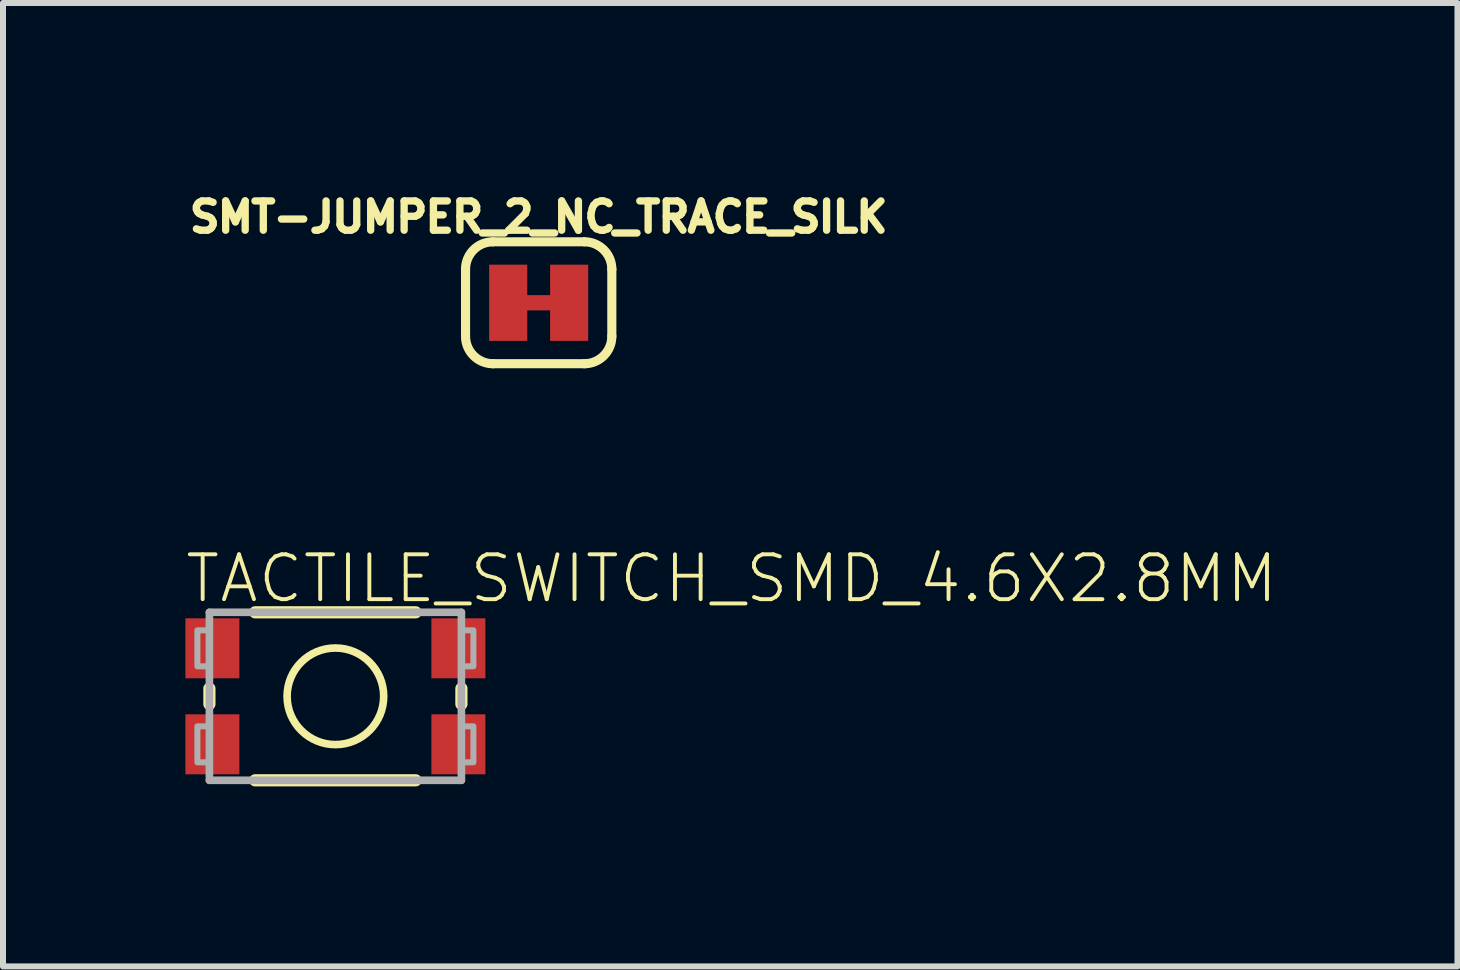
<source format=kicad_pcb>
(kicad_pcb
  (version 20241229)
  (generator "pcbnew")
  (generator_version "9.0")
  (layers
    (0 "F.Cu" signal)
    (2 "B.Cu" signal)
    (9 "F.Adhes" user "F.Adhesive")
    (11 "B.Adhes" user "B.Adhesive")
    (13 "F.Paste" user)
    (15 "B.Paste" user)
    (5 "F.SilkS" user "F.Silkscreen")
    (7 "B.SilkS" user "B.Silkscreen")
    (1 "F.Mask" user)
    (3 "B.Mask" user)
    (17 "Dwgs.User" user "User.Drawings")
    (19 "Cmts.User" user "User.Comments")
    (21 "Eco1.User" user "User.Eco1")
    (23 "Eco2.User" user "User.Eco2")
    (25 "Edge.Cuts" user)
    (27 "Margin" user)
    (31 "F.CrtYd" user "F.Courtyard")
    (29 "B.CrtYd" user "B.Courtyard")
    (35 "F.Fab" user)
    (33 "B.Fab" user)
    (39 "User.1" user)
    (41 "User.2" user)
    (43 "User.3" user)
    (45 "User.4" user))
  (footprint "TACTILE_SWITCH_SMD_4.6X2.8MM"
    (layer "F.Cu")
    (at 2.54 8.555)
    (property "Reference" "TACTILE_SWITCH_SMD_4.6X2.8MM" (at -2.54 -1.524 0) (layer "F.SilkS") (effects (font (size 0.748 0.748) (thickness 0.065)) (justify left bottom)))
    (fp_line (start -2.1 -0.13) (end -2.1 0.13) (stroke (width 0.203) (type solid)) (layer "F.SilkS"))
    (fp_line (start -1.338 -1.4) (end 1.338 -1.4) (stroke (width 0.203) (type solid)) (layer "F.SilkS"))
    (fp_line (start 1.338 1.4) (end -1.338 1.4) (stroke (width 0.203) (type solid)) (layer "F.SilkS"))
    (fp_line (start 2.1 0.13) (end 2.1 -0.13) (stroke (width 0.203) (type solid)) (layer "F.SilkS"))
    (fp_circle (center 0 0) (end 0.805 0) (stroke (width 0.127) (type solid)) (fill no) (layer "F.SilkS"))
    (fp_line (start -2.1 -1.4) (end -2.1 1.4) (stroke (width 0.127) (type solid)) (layer "F.Fab"))
    (fp_line (start -2.1 -1.4) (end 2.1 -1.4) (stroke (width 0.127) (type solid)) (layer "F.Fab"))
    (fp_line (start -2.1 1.4) (end 2.1 1.4) (stroke (width 0.127) (type solid)) (layer "F.Fab"))
    (fp_line (start 2.1 1.4) (end 2.1 -1.4) (stroke (width 0.127) (type solid)) (layer "F.Fab"))
    (fp_poly (pts (xy -2.3 -0.5) (xy -2.1 -0.5) (xy -2.1 -1.1) (xy -2.3 -1.1)) (stroke (width 0.1) (type default)) (fill no) (layer "F.Fab"))
    (fp_poly (pts (xy -2.3 1.1) (xy -2.1 1.1) (xy -2.1 0.5) (xy -2.3 0.5)) (stroke (width 0.1) (type default)) (fill no) (layer "F.Fab"))
    (fp_poly (pts (xy 2.3 -1.1) (xy 2.1 -1.1) (xy 2.1 -0.5) (xy 2.3 -0.5)) (stroke (width 0.1) (type default)) (fill no) (layer "F.Fab"))
    (fp_poly (pts (xy 2.3 0.5) (xy 2.1 0.5) (xy 2.1 1.1) (xy 2.3 1.1)) (stroke (width 0.1) (type default)) (fill no) (layer "F.Fab"))
    (pad "1" smd rect (at -2.05 0.8) (size 0.9 1) (layers "F.Cu" "F.Mask" "F.Paste"))
    (pad "2" smd rect (at 2.05 0.8) (size 0.9 1) (layers "F.Cu" "F.Mask" "F.Paste"))
    (pad "3" smd rect (at 2.05 -0.8) (size 0.9 1) (layers "F.Cu" "F.Mask" "F.Paste"))
    (pad "4" smd rect (at -2.05 -0.8) (size 0.9 1) (layers "F.Cu" "F.Mask" "F.Paste")))
  (footprint "SMT-JUMPER_2_NC_TRACE_SILK"
    (layer "F.Cu")
    (at 5.928 1.996)
    (property "Reference" "SMT-JUMPER_2_NC_TRACE_SILK" (at 0 -1.143 0) (layer "F.SilkS") (effects (font (size 0.488 0.488) (thickness 0.122)) (justify bottom)))
    (fp_line (start -0.508 0) (end 0.508 0) (stroke (width 0.254) (type solid)) (layer "F.Cu"))
    (fp_poly (pts (xy 0.254 0.191) (xy -0.254 0.191) (xy -0.254 -0.191) (xy 0.254 -0.191)) (stroke (width 0) (type default)) (fill yes) (layer "F.Mask"))
    (fp_line (start -1.219 0.559) (end -1.219 -0.559) (stroke (width 0.152) (type solid)) (layer "F.SilkS"))
    (fp_line (start -0.762 -1.016) (end 0.762 -1.016) (stroke (width 0.152) (type solid)) (layer "F.SilkS"))
    (fp_line (start 0.762 1.016) (end -0.762 1.016) (stroke (width 0.152) (type solid)) (layer "F.SilkS"))
    (fp_line (start 1.219 0.559) (end 1.219 -0.559) (stroke (width 0.152) (type solid)) (layer "F.SilkS"))
    (fp_arc (start -1.2192 -0.5588) (mid -1.085289 -0.882089) (end -0.762 -1.016) (stroke (width 0.1524) (type solid)) (layer "F.SilkS"))
    (fp_arc (start -0.762 1.016) (mid -1.085289 0.882089) (end -1.2192 0.5588) (stroke (width 0.1524) (type solid)) (layer "F.SilkS"))
    (fp_arc (start 0.762 -1.016) (mid 1.085289 -0.882089) (end 1.2192 -0.5588) (stroke (width 0.1524) (type solid)) (layer "F.SilkS"))
    (fp_arc (start 1.2192 0.5588) (mid 1.085289 0.882089) (end 0.762 1.016) (stroke (width 0.1524) (type solid)) (layer "F.SilkS"))
    (pad "1" smd rect (at -0.508 0) (size 0.635 1.27) (layers "F.Cu" "F.Mask"))
    (pad "2" smd rect (at 0.508 0) (size 0.635 1.27) (layers "F.Cu" "F.Mask")))
  (gr_rect
    (start -3 -3)
    (end 21.241 13.057)
    (stroke (width 0.1) (type default))
    (fill no)
    (layer "Edge.Cuts")))
</source>
